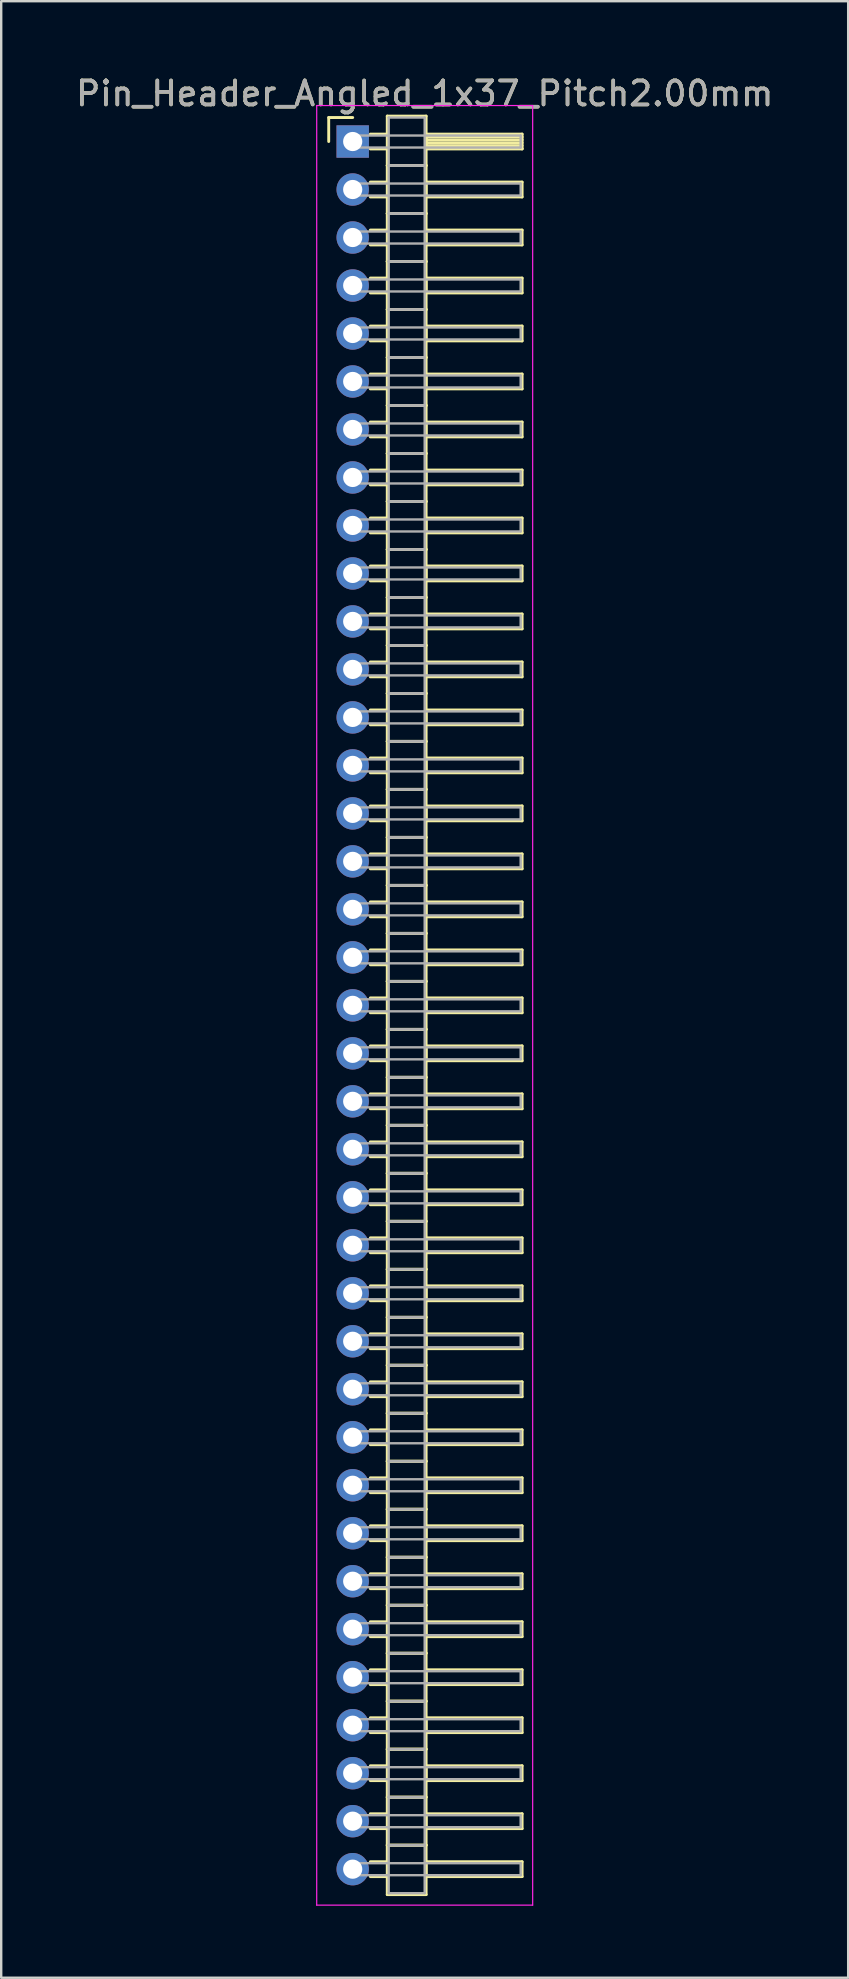
<source format=kicad_pcb>
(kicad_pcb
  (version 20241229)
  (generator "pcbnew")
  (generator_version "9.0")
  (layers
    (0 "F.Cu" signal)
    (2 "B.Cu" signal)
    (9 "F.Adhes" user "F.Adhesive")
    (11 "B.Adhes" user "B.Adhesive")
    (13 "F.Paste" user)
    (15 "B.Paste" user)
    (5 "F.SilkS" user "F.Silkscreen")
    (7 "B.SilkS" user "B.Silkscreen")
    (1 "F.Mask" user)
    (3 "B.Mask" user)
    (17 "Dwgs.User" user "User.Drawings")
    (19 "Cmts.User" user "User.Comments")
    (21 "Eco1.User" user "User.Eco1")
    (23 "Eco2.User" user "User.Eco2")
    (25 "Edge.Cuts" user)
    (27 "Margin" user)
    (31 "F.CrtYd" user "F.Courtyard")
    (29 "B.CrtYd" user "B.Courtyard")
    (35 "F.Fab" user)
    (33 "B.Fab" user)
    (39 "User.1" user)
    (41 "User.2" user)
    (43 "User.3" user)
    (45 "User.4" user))
  (footprint "Pin_Header_Angled_1x37_Pitch2.00mm"
    (layer "F.Cu")
    (at 11.649 2.848)
    (property "Reference" "Pin_Header_Angled_1x37_Pitch2.00mm" (at 3 -2 0) (layer "F.SilkS") (effects (font (size 1 1) (thickness 0.15))))
    (attr through_hole)
    (fp_line (start -1 -1) (end 0 -1) (stroke (width 0.12) (type solid)) (layer "F.SilkS"))
    (fp_line (start -1 0) (end -1 -1) (stroke (width 0.12) (type solid)) (layer "F.SilkS"))
    (fp_line (start 0.735 -0.31) (end 1.44 -0.31) (stroke (width 0.12) (type solid)) (layer "F.SilkS"))
    (fp_line (start 0.735 0.31) (end 1.44 0.31) (stroke (width 0.12) (type solid)) (layer "F.SilkS"))
    (fp_line (start 0.735 1.69) (end 1.44 1.69) (stroke (width 0.12) (type solid)) (layer "F.SilkS"))
    (fp_line (start 0.735 2.31) (end 1.44 2.31) (stroke (width 0.12) (type solid)) (layer "F.SilkS"))
    (fp_line (start 0.735 3.69) (end 1.44 3.69) (stroke (width 0.12) (type solid)) (layer "F.SilkS"))
    (fp_line (start 0.735 4.31) (end 1.44 4.31) (stroke (width 0.12) (type solid)) (layer "F.SilkS"))
    (fp_line (start 0.735 5.69) (end 1.44 5.69) (stroke (width 0.12) (type solid)) (layer "F.SilkS"))
    (fp_line (start 0.735 6.31) (end 1.44 6.31) (stroke (width 0.12) (type solid)) (layer "F.SilkS"))
    (fp_line (start 0.735 7.69) (end 1.44 7.69) (stroke (width 0.12) (type solid)) (layer "F.SilkS"))
    (fp_line (start 0.735 8.31) (end 1.44 8.31) (stroke (width 0.12) (type solid)) (layer "F.SilkS"))
    (fp_line (start 0.735 9.69) (end 1.44 9.69) (stroke (width 0.12) (type solid)) (layer "F.SilkS"))
    (fp_line (start 0.735 10.31) (end 1.44 10.31) (stroke (width 0.12) (type solid)) (layer "F.SilkS"))
    (fp_line (start 0.735 11.69) (end 1.44 11.69) (stroke (width 0.12) (type solid)) (layer "F.SilkS"))
    (fp_line (start 0.735 12.31) (end 1.44 12.31) (stroke (width 0.12) (type solid)) (layer "F.SilkS"))
    (fp_line (start 0.735 13.69) (end 1.44 13.69) (stroke (width 0.12) (type solid)) (layer "F.SilkS"))
    (fp_line (start 0.735 14.31) (end 1.44 14.31) (stroke (width 0.12) (type solid)) (layer "F.SilkS"))
    (fp_line (start 0.735 15.69) (end 1.44 15.69) (stroke (width 0.12) (type solid)) (layer "F.SilkS"))
    (fp_line (start 0.735 16.31) (end 1.44 16.31) (stroke (width 0.12) (type solid)) (layer "F.SilkS"))
    (fp_line (start 0.735 17.69) (end 1.44 17.69) (stroke (width 0.12) (type solid)) (layer "F.SilkS"))
    (fp_line (start 0.735 18.31) (end 1.44 18.31) (stroke (width 0.12) (type solid)) (layer "F.SilkS"))
    (fp_line (start 0.735 19.69) (end 1.44 19.69) (stroke (width 0.12) (type solid)) (layer "F.SilkS"))
    (fp_line (start 0.735 20.31) (end 1.44 20.31) (stroke (width 0.12) (type solid)) (layer "F.SilkS"))
    (fp_line (start 0.735 21.69) (end 1.44 21.69) (stroke (width 0.12) (type solid)) (layer "F.SilkS"))
    (fp_line (start 0.735 22.31) (end 1.44 22.31) (stroke (width 0.12) (type solid)) (layer "F.SilkS"))
    (fp_line (start 0.735 23.69) (end 1.44 23.69) (stroke (width 0.12) (type solid)) (layer "F.SilkS"))
    (fp_line (start 0.735 24.31) (end 1.44 24.31) (stroke (width 0.12) (type solid)) (layer "F.SilkS"))
    (fp_line (start 0.735 25.69) (end 1.44 25.69) (stroke (width 0.12) (type solid)) (layer "F.SilkS"))
    (fp_line (start 0.735 26.31) (end 1.44 26.31) (stroke (width 0.12) (type solid)) (layer "F.SilkS"))
    (fp_line (start 0.735 27.69) (end 1.44 27.69) (stroke (width 0.12) (type solid)) (layer "F.SilkS"))
    (fp_line (start 0.735 28.31) (end 1.44 28.31) (stroke (width 0.12) (type solid)) (layer "F.SilkS"))
    (fp_line (start 0.735 29.69) (end 1.44 29.69) (stroke (width 0.12) (type solid)) (layer "F.SilkS"))
    (fp_line (start 0.735 30.31) (end 1.44 30.31) (stroke (width 0.12) (type solid)) (layer "F.SilkS"))
    (fp_line (start 0.735 31.69) (end 1.44 31.69) (stroke (width 0.12) (type solid)) (layer "F.SilkS"))
    (fp_line (start 0.735 32.31) (end 1.44 32.31) (stroke (width 0.12) (type solid)) (layer "F.SilkS"))
    (fp_line (start 0.735 33.69) (end 1.44 33.69) (stroke (width 0.12) (type solid)) (layer "F.SilkS"))
    (fp_line (start 0.735 34.31) (end 1.44 34.31) (stroke (width 0.12) (type solid)) (layer "F.SilkS"))
    (fp_line (start 0.735 35.69) (end 1.44 35.69) (stroke (width 0.12) (type solid)) (layer "F.SilkS"))
    (fp_line (start 0.735 36.31) (end 1.44 36.31) (stroke (width 0.12) (type solid)) (layer "F.SilkS"))
    (fp_line (start 0.735 37.69) (end 1.44 37.69) (stroke (width 0.12) (type solid)) (layer "F.SilkS"))
    (fp_line (start 0.735 38.31) (end 1.44 38.31) (stroke (width 0.12) (type solid)) (layer "F.SilkS"))
    (fp_line (start 0.735 39.69) (end 1.44 39.69) (stroke (width 0.12) (type solid)) (layer "F.SilkS"))
    (fp_line (start 0.735 40.31) (end 1.44 40.31) (stroke (width 0.12) (type solid)) (layer "F.SilkS"))
    (fp_line (start 0.735 41.69) (end 1.44 41.69) (stroke (width 0.12) (type solid)) (layer "F.SilkS"))
    (fp_line (start 0.735 42.31) (end 1.44 42.31) (stroke (width 0.12) (type solid)) (layer "F.SilkS"))
    (fp_line (start 0.735 43.69) (end 1.44 43.69) (stroke (width 0.12) (type solid)) (layer "F.SilkS"))
    (fp_line (start 0.735 44.31) (end 1.44 44.31) (stroke (width 0.12) (type solid)) (layer "F.SilkS"))
    (fp_line (start 0.735 45.69) (end 1.44 45.69) (stroke (width 0.12) (type solid)) (layer "F.SilkS"))
    (fp_line (start 0.735 46.31) (end 1.44 46.31) (stroke (width 0.12) (type solid)) (layer "F.SilkS"))
    (fp_line (start 0.735 47.69) (end 1.44 47.69) (stroke (width 0.12) (type solid)) (layer "F.SilkS"))
    (fp_line (start 0.735 48.31) (end 1.44 48.31) (stroke (width 0.12) (type solid)) (layer "F.SilkS"))
    (fp_line (start 0.735 49.69) (end 1.44 49.69) (stroke (width 0.12) (type solid)) (layer "F.SilkS"))
    (fp_line (start 0.735 50.31) (end 1.44 50.31) (stroke (width 0.12) (type solid)) (layer "F.SilkS"))
    (fp_line (start 0.735 51.69) (end 1.44 51.69) (stroke (width 0.12) (type solid)) (layer "F.SilkS"))
    (fp_line (start 0.735 52.31) (end 1.44 52.31) (stroke (width 0.12) (type solid)) (layer "F.SilkS"))
    (fp_line (start 0.735 53.69) (end 1.44 53.69) (stroke (width 0.12) (type solid)) (layer "F.SilkS"))
    (fp_line (start 0.735 54.31) (end 1.44 54.31) (stroke (width 0.12) (type solid)) (layer "F.SilkS"))
    (fp_line (start 0.735 55.69) (end 1.44 55.69) (stroke (width 0.12) (type solid)) (layer "F.SilkS"))
    (fp_line (start 0.735 56.31) (end 1.44 56.31) (stroke (width 0.12) (type solid)) (layer "F.SilkS"))
    (fp_line (start 0.735 57.69) (end 1.44 57.69) (stroke (width 0.12) (type solid)) (layer "F.SilkS"))
    (fp_line (start 0.735 58.31) (end 1.44 58.31) (stroke (width 0.12) (type solid)) (layer "F.SilkS"))
    (fp_line (start 0.735 59.69) (end 1.44 59.69) (stroke (width 0.12) (type solid)) (layer "F.SilkS"))
    (fp_line (start 0.735 60.31) (end 1.44 60.31) (stroke (width 0.12) (type solid)) (layer "F.SilkS"))
    (fp_line (start 0.735 61.69) (end 1.44 61.69) (stroke (width 0.12) (type solid)) (layer "F.SilkS"))
    (fp_line (start 0.735 62.31) (end 1.44 62.31) (stroke (width 0.12) (type solid)) (layer "F.SilkS"))
    (fp_line (start 0.735 63.69) (end 1.44 63.69) (stroke (width 0.12) (type solid)) (layer "F.SilkS"))
    (fp_line (start 0.735 64.31) (end 1.44 64.31) (stroke (width 0.12) (type solid)) (layer "F.SilkS"))
    (fp_line (start 0.735 65.69) (end 1.44 65.69) (stroke (width 0.12) (type solid)) (layer "F.SilkS"))
    (fp_line (start 0.735 66.31) (end 1.44 66.31) (stroke (width 0.12) (type solid)) (layer "F.SilkS"))
    (fp_line (start 0.735 67.69) (end 1.44 67.69) (stroke (width 0.12) (type solid)) (layer "F.SilkS"))
    (fp_line (start 0.735 68.31) (end 1.44 68.31) (stroke (width 0.12) (type solid)) (layer "F.SilkS"))
    (fp_line (start 0.735 69.69) (end 1.44 69.69) (stroke (width 0.12) (type solid)) (layer "F.SilkS"))
    (fp_line (start 0.735 70.31) (end 1.44 70.31) (stroke (width 0.12) (type solid)) (layer "F.SilkS"))
    (fp_line (start 0.735 71.69) (end 1.44 71.69) (stroke (width 0.12) (type solid)) (layer "F.SilkS"))
    (fp_line (start 0.735 72.31) (end 1.44 72.31) (stroke (width 0.12) (type solid)) (layer "F.SilkS"))
    (fp_line (start 1.44 -1.06) (end 1.44 1) (stroke (width 0.12) (type solid)) (layer "F.SilkS"))
    (fp_line (start 1.44 1) (end 1.44 3) (stroke (width 0.12) (type solid)) (layer "F.SilkS"))
    (fp_line (start 1.44 1) (end 3.06 1) (stroke (width 0.12) (type solid)) (layer "F.SilkS"))
    (fp_line (start 1.44 3) (end 1.44 5) (stroke (width 0.12) (type solid)) (layer "F.SilkS"))
    (fp_line (start 1.44 3) (end 3.06 3) (stroke (width 0.12) (type solid)) (layer "F.SilkS"))
    (fp_line (start 1.44 5) (end 1.44 7) (stroke (width 0.12) (type solid)) (layer "F.SilkS"))
    (fp_line (start 1.44 5) (end 3.06 5) (stroke (width 0.12) (type solid)) (layer "F.SilkS"))
    (fp_line (start 1.44 7) (end 1.44 9) (stroke (width 0.12) (type solid)) (layer "F.SilkS"))
    (fp_line (start 1.44 7) (end 3.06 7) (stroke (width 0.12) (type solid)) (layer "F.SilkS"))
    (fp_line (start 1.44 9) (end 1.44 11) (stroke (width 0.12) (type solid)) (layer "F.SilkS"))
    (fp_line (start 1.44 9) (end 3.06 9) (stroke (width 0.12) (type solid)) (layer "F.SilkS"))
    (fp_line (start 1.44 11) (end 1.44 13) (stroke (width 0.12) (type solid)) (layer "F.SilkS"))
    (fp_line (start 1.44 11) (end 3.06 11) (stroke (width 0.12) (type solid)) (layer "F.SilkS"))
    (fp_line (start 1.44 13) (end 1.44 15) (stroke (width 0.12) (type solid)) (layer "F.SilkS"))
    (fp_line (start 1.44 13) (end 3.06 13) (stroke (width 0.12) (type solid)) (layer "F.SilkS"))
    (fp_line (start 1.44 15) (end 1.44 17) (stroke (width 0.12) (type solid)) (layer "F.SilkS"))
    (fp_line (start 1.44 15) (end 3.06 15) (stroke (width 0.12) (type solid)) (layer "F.SilkS"))
    (fp_line (start 1.44 17) (end 1.44 19) (stroke (width 0.12) (type solid)) (layer "F.SilkS"))
    (fp_line (start 1.44 17) (end 3.06 17) (stroke (width 0.12) (type solid)) (layer "F.SilkS"))
    (fp_line (start 1.44 19) (end 1.44 21) (stroke (width 0.12) (type solid)) (layer "F.SilkS"))
    (fp_line (start 1.44 19) (end 3.06 19) (stroke (width 0.12) (type solid)) (layer "F.SilkS"))
    (fp_line (start 1.44 21) (end 1.44 23) (stroke (width 0.12) (type solid)) (layer "F.SilkS"))
    (fp_line (start 1.44 21) (end 3.06 21) (stroke (width 0.12) (type solid)) (layer "F.SilkS"))
    (fp_line (start 1.44 23) (end 1.44 25) (stroke (width 0.12) (type solid)) (layer "F.SilkS"))
    (fp_line (start 1.44 23) (end 3.06 23) (stroke (width 0.12) (type solid)) (layer "F.SilkS"))
    (fp_line (start 1.44 25) (end 1.44 27) (stroke (width 0.12) (type solid)) (layer "F.SilkS"))
    (fp_line (start 1.44 25) (end 3.06 25) (stroke (width 0.12) (type solid)) (layer "F.SilkS"))
    (fp_line (start 1.44 27) (end 1.44 29) (stroke (width 0.12) (type solid)) (layer "F.SilkS"))
    (fp_line (start 1.44 27) (end 3.06 27) (stroke (width 0.12) (type solid)) (layer "F.SilkS"))
    (fp_line (start 1.44 29) (end 1.44 31) (stroke (width 0.12) (type solid)) (layer "F.SilkS"))
    (fp_line (start 1.44 29) (end 3.06 29) (stroke (width 0.12) (type solid)) (layer "F.SilkS"))
    (fp_line (start 1.44 31) (end 1.44 33) (stroke (width 0.12) (type solid)) (layer "F.SilkS"))
    (fp_line (start 1.44 31) (end 3.06 31) (stroke (width 0.12) (type solid)) (layer "F.SilkS"))
    (fp_line (start 1.44 33) (end 1.44 35) (stroke (width 0.12) (type solid)) (layer "F.SilkS"))
    (fp_line (start 1.44 33) (end 3.06 33) (stroke (width 0.12) (type solid)) (layer "F.SilkS"))
    (fp_line (start 1.44 35) (end 1.44 37) (stroke (width 0.12) (type solid)) (layer "F.SilkS"))
    (fp_line (start 1.44 35) (end 3.06 35) (stroke (width 0.12) (type solid)) (layer "F.SilkS"))
    (fp_line (start 1.44 37) (end 1.44 39) (stroke (width 0.12) (type solid)) (layer "F.SilkS"))
    (fp_line (start 1.44 37) (end 3.06 37) (stroke (width 0.12) (type solid)) (layer "F.SilkS"))
    (fp_line (start 1.44 39) (end 1.44 41) (stroke (width 0.12) (type solid)) (layer "F.SilkS"))
    (fp_line (start 1.44 39) (end 3.06 39) (stroke (width 0.12) (type solid)) (layer "F.SilkS"))
    (fp_line (start 1.44 41) (end 1.44 43) (stroke (width 0.12) (type solid)) (layer "F.SilkS"))
    (fp_line (start 1.44 41) (end 3.06 41) (stroke (width 0.12) (type solid)) (layer "F.SilkS"))
    (fp_line (start 1.44 43) (end 1.44 45) (stroke (width 0.12) (type solid)) (layer "F.SilkS"))
    (fp_line (start 1.44 43) (end 3.06 43) (stroke (width 0.12) (type solid)) (layer "F.SilkS"))
    (fp_line (start 1.44 45) (end 1.44 47) (stroke (width 0.12) (type solid)) (layer "F.SilkS"))
    (fp_line (start 1.44 45) (end 3.06 45) (stroke (width 0.12) (type solid)) (layer "F.SilkS"))
    (fp_line (start 1.44 47) (end 1.44 49) (stroke (width 0.12) (type solid)) (layer "F.SilkS"))
    (fp_line (start 1.44 47) (end 3.06 47) (stroke (width 0.12) (type solid)) (layer "F.SilkS"))
    (fp_line (start 1.44 49) (end 1.44 51) (stroke (width 0.12) (type solid)) (layer "F.SilkS"))
    (fp_line (start 1.44 49) (end 3.06 49) (stroke (width 0.12) (type solid)) (layer "F.SilkS"))
    (fp_line (start 1.44 51) (end 1.44 53) (stroke (width 0.12) (type solid)) (layer "F.SilkS"))
    (fp_line (start 1.44 51) (end 3.06 51) (stroke (width 0.12) (type solid)) (layer "F.SilkS"))
    (fp_line (start 1.44 53) (end 1.44 55) (stroke (width 0.12) (type solid)) (layer "F.SilkS"))
    (fp_line (start 1.44 53) (end 3.06 53) (stroke (width 0.12) (type solid)) (layer "F.SilkS"))
    (fp_line (start 1.44 55) (end 1.44 57) (stroke (width 0.12) (type solid)) (layer "F.SilkS"))
    (fp_line (start 1.44 55) (end 3.06 55) (stroke (width 0.12) (type solid)) (layer "F.SilkS"))
    (fp_line (start 1.44 57) (end 1.44 59) (stroke (width 0.12) (type solid)) (layer "F.SilkS"))
    (fp_line (start 1.44 57) (end 3.06 57) (stroke (width 0.12) (type solid)) (layer "F.SilkS"))
    (fp_line (start 1.44 59) (end 1.44 61) (stroke (width 0.12) (type solid)) (layer "F.SilkS"))
    (fp_line (start 1.44 59) (end 3.06 59) (stroke (width 0.12) (type solid)) (layer "F.SilkS"))
    (fp_line (start 1.44 61) (end 1.44 63) (stroke (width 0.12) (type solid)) (layer "F.SilkS"))
    (fp_line (start 1.44 61) (end 3.06 61) (stroke (width 0.12) (type solid)) (layer "F.SilkS"))
    (fp_line (start 1.44 63) (end 1.44 65) (stroke (width 0.12) (type solid)) (layer "F.SilkS"))
    (fp_line (start 1.44 63) (end 3.06 63) (stroke (width 0.12) (type solid)) (layer "F.SilkS"))
    (fp_line (start 1.44 65) (end 1.44 67) (stroke (width 0.12) (type solid)) (layer "F.SilkS"))
    (fp_line (start 1.44 65) (end 3.06 65) (stroke (width 0.12) (type solid)) (layer "F.SilkS"))
    (fp_line (start 1.44 67) (end 1.44 69) (stroke (width 0.12) (type solid)) (layer "F.SilkS"))
    (fp_line (start 1.44 67) (end 3.06 67) (stroke (width 0.12) (type solid)) (layer "F.SilkS"))
    (fp_line (start 1.44 69) (end 1.44 71) (stroke (width 0.12) (type solid)) (layer "F.SilkS"))
    (fp_line (start 1.44 69) (end 3.06 69) (stroke (width 0.12) (type solid)) (layer "F.SilkS"))
    (fp_line (start 1.44 71) (end 1.44 73.06) (stroke (width 0.12) (type solid)) (layer "F.SilkS"))
    (fp_line (start 1.44 71) (end 3.06 71) (stroke (width 0.12) (type solid)) (layer "F.SilkS"))
    (fp_line (start 1.44 73.06) (end 3.06 73.06) (stroke (width 0.12) (type solid)) (layer "F.SilkS"))
    (fp_line (start 3.06 -1.06) (end 1.44 -1.06) (stroke (width 0.12) (type solid)) (layer "F.SilkS"))
    (fp_line (start 3.06 -0.31) (end 3.06 0.31) (stroke (width 0.12) (type solid)) (layer "F.SilkS"))
    (fp_line (start 3.06 -0.19) (end 7.06 -0.19) (stroke (width 0.12) (type solid)) (layer "F.SilkS"))
    (fp_line (start 3.06 -0.07) (end 7.06 -0.07) (stroke (width 0.12) (type solid)) (layer "F.SilkS"))
    (fp_line (start 3.06 0.05) (end 7.06 0.05) (stroke (width 0.12) (type solid)) (layer "F.SilkS"))
    (fp_line (start 3.06 0.17) (end 7.06 0.17) (stroke (width 0.12) (type solid)) (layer "F.SilkS"))
    (fp_line (start 3.06 0.29) (end 7.06 0.29) (stroke (width 0.12) (type solid)) (layer "F.SilkS"))
    (fp_line (start 3.06 0.31) (end 7.06 0.31) (stroke (width 0.12) (type solid)) (layer "F.SilkS"))
    (fp_line (start 3.06 1) (end 1.44 1) (stroke (width 0.12) (type solid)) (layer "F.SilkS"))
    (fp_line (start 3.06 1) (end 3.06 -1.06) (stroke (width 0.12) (type solid)) (layer "F.SilkS"))
    (fp_line (start 3.06 1.69) (end 3.06 2.31) (stroke (width 0.12) (type solid)) (layer "F.SilkS"))
    (fp_line (start 3.06 2.31) (end 7.06 2.31) (stroke (width 0.12) (type solid)) (layer "F.SilkS"))
    (fp_line (start 3.06 3) (end 1.44 3) (stroke (width 0.12) (type solid)) (layer "F.SilkS"))
    (fp_line (start 3.06 3) (end 3.06 1) (stroke (width 0.12) (type solid)) (layer "F.SilkS"))
    (fp_line (start 3.06 3.69) (end 3.06 4.31) (stroke (width 0.12) (type solid)) (layer "F.SilkS"))
    (fp_line (start 3.06 4.31) (end 7.06 4.31) (stroke (width 0.12) (type solid)) (layer "F.SilkS"))
    (fp_line (start 3.06 5) (end 1.44 5) (stroke (width 0.12) (type solid)) (layer "F.SilkS"))
    (fp_line (start 3.06 5) (end 3.06 3) (stroke (width 0.12) (type solid)) (layer "F.SilkS"))
    (fp_line (start 3.06 5.69) (end 3.06 6.31) (stroke (width 0.12) (type solid)) (layer "F.SilkS"))
    (fp_line (start 3.06 6.31) (end 7.06 6.31) (stroke (width 0.12) (type solid)) (layer "F.SilkS"))
    (fp_line (start 3.06 7) (end 1.44 7) (stroke (width 0.12) (type solid)) (layer "F.SilkS"))
    (fp_line (start 3.06 7) (end 3.06 5) (stroke (width 0.12) (type solid)) (layer "F.SilkS"))
    (fp_line (start 3.06 7.69) (end 3.06 8.31) (stroke (width 0.12) (type solid)) (layer "F.SilkS"))
    (fp_line (start 3.06 8.31) (end 7.06 8.31) (stroke (width 0.12) (type solid)) (layer "F.SilkS"))
    (fp_line (start 3.06 9) (end 1.44 9) (stroke (width 0.12) (type solid)) (layer "F.SilkS"))
    (fp_line (start 3.06 9) (end 3.06 7) (stroke (width 0.12) (type solid)) (layer "F.SilkS"))
    (fp_line (start 3.06 9.69) (end 3.06 10.31) (stroke (width 0.12) (type solid)) (layer "F.SilkS"))
    (fp_line (start 3.06 10.31) (end 7.06 10.31) (stroke (width 0.12) (type solid)) (layer "F.SilkS"))
    (fp_line (start 3.06 11) (end 1.44 11) (stroke (width 0.12) (type solid)) (layer "F.SilkS"))
    (fp_line (start 3.06 11) (end 3.06 9) (stroke (width 0.12) (type solid)) (layer "F.SilkS"))
    (fp_line (start 3.06 11.69) (end 3.06 12.31) (stroke (width 0.12) (type solid)) (layer "F.SilkS"))
    (fp_line (start 3.06 12.31) (end 7.06 12.31) (stroke (width 0.12) (type solid)) (layer "F.SilkS"))
    (fp_line (start 3.06 13) (end 1.44 13) (stroke (width 0.12) (type solid)) (layer "F.SilkS"))
    (fp_line (start 3.06 13) (end 3.06 11) (stroke (width 0.12) (type solid)) (layer "F.SilkS"))
    (fp_line (start 3.06 13.69) (end 3.06 14.31) (stroke (width 0.12) (type solid)) (layer "F.SilkS"))
    (fp_line (start 3.06 14.31) (end 7.06 14.31) (stroke (width 0.12) (type solid)) (layer "F.SilkS"))
    (fp_line (start 3.06 15) (end 1.44 15) (stroke (width 0.12) (type solid)) (layer "F.SilkS"))
    (fp_line (start 3.06 15) (end 3.06 13) (stroke (width 0.12) (type solid)) (layer "F.SilkS"))
    (fp_line (start 3.06 15.69) (end 3.06 16.31) (stroke (width 0.12) (type solid)) (layer "F.SilkS"))
    (fp_line (start 3.06 16.31) (end 7.06 16.31) (stroke (width 0.12) (type solid)) (layer "F.SilkS"))
    (fp_line (start 3.06 17) (end 1.44 17) (stroke (width 0.12) (type solid)) (layer "F.SilkS"))
    (fp_line (start 3.06 17) (end 3.06 15) (stroke (width 0.12) (type solid)) (layer "F.SilkS"))
    (fp_line (start 3.06 17.69) (end 3.06 18.31) (stroke (width 0.12) (type solid)) (layer "F.SilkS"))
    (fp_line (start 3.06 18.31) (end 7.06 18.31) (stroke (width 0.12) (type solid)) (layer "F.SilkS"))
    (fp_line (start 3.06 19) (end 1.44 19) (stroke (width 0.12) (type solid)) (layer "F.SilkS"))
    (fp_line (start 3.06 19) (end 3.06 17) (stroke (width 0.12) (type solid)) (layer "F.SilkS"))
    (fp_line (start 3.06 19.69) (end 3.06 20.31) (stroke (width 0.12) (type solid)) (layer "F.SilkS"))
    (fp_line (start 3.06 20.31) (end 7.06 20.31) (stroke (width 0.12) (type solid)) (layer "F.SilkS"))
    (fp_line (start 3.06 21) (end 1.44 21) (stroke (width 0.12) (type solid)) (layer "F.SilkS"))
    (fp_line (start 3.06 21) (end 3.06 19) (stroke (width 0.12) (type solid)) (layer "F.SilkS"))
    (fp_line (start 3.06 21.69) (end 3.06 22.31) (stroke (width 0.12) (type solid)) (layer "F.SilkS"))
    (fp_line (start 3.06 22.31) (end 7.06 22.31) (stroke (width 0.12) (type solid)) (layer "F.SilkS"))
    (fp_line (start 3.06 23) (end 1.44 23) (stroke (width 0.12) (type solid)) (layer "F.SilkS"))
    (fp_line (start 3.06 23) (end 3.06 21) (stroke (width 0.12) (type solid)) (layer "F.SilkS"))
    (fp_line (start 3.06 23.69) (end 3.06 24.31) (stroke (width 0.12) (type solid)) (layer "F.SilkS"))
    (fp_line (start 3.06 24.31) (end 7.06 24.31) (stroke (width 0.12) (type solid)) (layer "F.SilkS"))
    (fp_line (start 3.06 25) (end 1.44 25) (stroke (width 0.12) (type solid)) (layer "F.SilkS"))
    (fp_line (start 3.06 25) (end 3.06 23) (stroke (width 0.12) (type solid)) (layer "F.SilkS"))
    (fp_line (start 3.06 25.69) (end 3.06 26.31) (stroke (width 0.12) (type solid)) (layer "F.SilkS"))
    (fp_line (start 3.06 26.31) (end 7.06 26.31) (stroke (width 0.12) (type solid)) (layer "F.SilkS"))
    (fp_line (start 3.06 27) (end 1.44 27) (stroke (width 0.12) (type solid)) (layer "F.SilkS"))
    (fp_line (start 3.06 27) (end 3.06 25) (stroke (width 0.12) (type solid)) (layer "F.SilkS"))
    (fp_line (start 3.06 27.69) (end 3.06 28.31) (stroke (width 0.12) (type solid)) (layer "F.SilkS"))
    (fp_line (start 3.06 28.31) (end 7.06 28.31) (stroke (width 0.12) (type solid)) (layer "F.SilkS"))
    (fp_line (start 3.06 29) (end 1.44 29) (stroke (width 0.12) (type solid)) (layer "F.SilkS"))
    (fp_line (start 3.06 29) (end 3.06 27) (stroke (width 0.12) (type solid)) (layer "F.SilkS"))
    (fp_line (start 3.06 29.69) (end 3.06 30.31) (stroke (width 0.12) (type solid)) (layer "F.SilkS"))
    (fp_line (start 3.06 30.31) (end 7.06 30.31) (stroke (width 0.12) (type solid)) (layer "F.SilkS"))
    (fp_line (start 3.06 31) (end 1.44 31) (stroke (width 0.12) (type solid)) (layer "F.SilkS"))
    (fp_line (start 3.06 31) (end 3.06 29) (stroke (width 0.12) (type solid)) (layer "F.SilkS"))
    (fp_line (start 3.06 31.69) (end 3.06 32.31) (stroke (width 0.12) (type solid)) (layer "F.SilkS"))
    (fp_line (start 3.06 32.31) (end 7.06 32.31) (stroke (width 0.12) (type solid)) (layer "F.SilkS"))
    (fp_line (start 3.06 33) (end 1.44 33) (stroke (width 0.12) (type solid)) (layer "F.SilkS"))
    (fp_line (start 3.06 33) (end 3.06 31) (stroke (width 0.12) (type solid)) (layer "F.SilkS"))
    (fp_line (start 3.06 33.69) (end 3.06 34.31) (stroke (width 0.12) (type solid)) (layer "F.SilkS"))
    (fp_line (start 3.06 34.31) (end 7.06 34.31) (stroke (width 0.12) (type solid)) (layer "F.SilkS"))
    (fp_line (start 3.06 35) (end 1.44 35) (stroke (width 0.12) (type solid)) (layer "F.SilkS"))
    (fp_line (start 3.06 35) (end 3.06 33) (stroke (width 0.12) (type solid)) (layer "F.SilkS"))
    (fp_line (start 3.06 35.69) (end 3.06 36.31) (stroke (width 0.12) (type solid)) (layer "F.SilkS"))
    (fp_line (start 3.06 36.31) (end 7.06 36.31) (stroke (width 0.12) (type solid)) (layer "F.SilkS"))
    (fp_line (start 3.06 37) (end 1.44 37) (stroke (width 0.12) (type solid)) (layer "F.SilkS"))
    (fp_line (start 3.06 37) (end 3.06 35) (stroke (width 0.12) (type solid)) (layer "F.SilkS"))
    (fp_line (start 3.06 37.69) (end 3.06 38.31) (stroke (width 0.12) (type solid)) (layer "F.SilkS"))
    (fp_line (start 3.06 38.31) (end 7.06 38.31) (stroke (width 0.12) (type solid)) (layer "F.SilkS"))
    (fp_line (start 3.06 39) (end 1.44 39) (stroke (width 0.12) (type solid)) (layer "F.SilkS"))
    (fp_line (start 3.06 39) (end 3.06 37) (stroke (width 0.12) (type solid)) (layer "F.SilkS"))
    (fp_line (start 3.06 39.69) (end 3.06 40.31) (stroke (width 0.12) (type solid)) (layer "F.SilkS"))
    (fp_line (start 3.06 40.31) (end 7.06 40.31) (stroke (width 0.12) (type solid)) (layer "F.SilkS"))
    (fp_line (start 3.06 41) (end 1.44 41) (stroke (width 0.12) (type solid)) (layer "F.SilkS"))
    (fp_line (start 3.06 41) (end 3.06 39) (stroke (width 0.12) (type solid)) (layer "F.SilkS"))
    (fp_line (start 3.06 41.69) (end 3.06 42.31) (stroke (width 0.12) (type solid)) (layer "F.SilkS"))
    (fp_line (start 3.06 42.31) (end 7.06 42.31) (stroke (width 0.12) (type solid)) (layer "F.SilkS"))
    (fp_line (start 3.06 43) (end 1.44 43) (stroke (width 0.12) (type solid)) (layer "F.SilkS"))
    (fp_line (start 3.06 43) (end 3.06 41) (stroke (width 0.12) (type solid)) (layer "F.SilkS"))
    (fp_line (start 3.06 43.69) (end 3.06 44.31) (stroke (width 0.12) (type solid)) (layer "F.SilkS"))
    (fp_line (start 3.06 44.31) (end 7.06 44.31) (stroke (width 0.12) (type solid)) (layer "F.SilkS"))
    (fp_line (start 3.06 45) (end 1.44 45) (stroke (width 0.12) (type solid)) (layer "F.SilkS"))
    (fp_line (start 3.06 45) (end 3.06 43) (stroke (width 0.12) (type solid)) (layer "F.SilkS"))
    (fp_line (start 3.06 45.69) (end 3.06 46.31) (stroke (width 0.12) (type solid)) (layer "F.SilkS"))
    (fp_line (start 3.06 46.31) (end 7.06 46.31) (stroke (width 0.12) (type solid)) (layer "F.SilkS"))
    (fp_line (start 3.06 47) (end 1.44 47) (stroke (width 0.12) (type solid)) (layer "F.SilkS"))
    (fp_line (start 3.06 47) (end 3.06 45) (stroke (width 0.12) (type solid)) (layer "F.SilkS"))
    (fp_line (start 3.06 47.69) (end 3.06 48.31) (stroke (width 0.12) (type solid)) (layer "F.SilkS"))
    (fp_line (start 3.06 48.31) (end 7.06 48.31) (stroke (width 0.12) (type solid)) (layer "F.SilkS"))
    (fp_line (start 3.06 49) (end 1.44 49) (stroke (width 0.12) (type solid)) (layer "F.SilkS"))
    (fp_line (start 3.06 49) (end 3.06 47) (stroke (width 0.12) (type solid)) (layer "F.SilkS"))
    (fp_line (start 3.06 49.69) (end 3.06 50.31) (stroke (width 0.12) (type solid)) (layer "F.SilkS"))
    (fp_line (start 3.06 50.31) (end 7.06 50.31) (stroke (width 0.12) (type solid)) (layer "F.SilkS"))
    (fp_line (start 3.06 51) (end 1.44 51) (stroke (width 0.12) (type solid)) (layer "F.SilkS"))
    (fp_line (start 3.06 51) (end 3.06 49) (stroke (width 0.12) (type solid)) (layer "F.SilkS"))
    (fp_line (start 3.06 51.69) (end 3.06 52.31) (stroke (width 0.12) (type solid)) (layer "F.SilkS"))
    (fp_line (start 3.06 52.31) (end 7.06 52.31) (stroke (width 0.12) (type solid)) (layer "F.SilkS"))
    (fp_line (start 3.06 53) (end 1.44 53) (stroke (width 0.12) (type solid)) (layer "F.SilkS"))
    (fp_line (start 3.06 53) (end 3.06 51) (stroke (width 0.12) (type solid)) (layer "F.SilkS"))
    (fp_line (start 3.06 53.69) (end 3.06 54.31) (stroke (width 0.12) (type solid)) (layer "F.SilkS"))
    (fp_line (start 3.06 54.31) (end 7.06 54.31) (stroke (width 0.12) (type solid)) (layer "F.SilkS"))
    (fp_line (start 3.06 55) (end 1.44 55) (stroke (width 0.12) (type solid)) (layer "F.SilkS"))
    (fp_line (start 3.06 55) (end 3.06 53) (stroke (width 0.12) (type solid)) (layer "F.SilkS"))
    (fp_line (start 3.06 55.69) (end 3.06 56.31) (stroke (width 0.12) (type solid)) (layer "F.SilkS"))
    (fp_line (start 3.06 56.31) (end 7.06 56.31) (stroke (width 0.12) (type solid)) (layer "F.SilkS"))
    (fp_line (start 3.06 57) (end 1.44 57) (stroke (width 0.12) (type solid)) (layer "F.SilkS"))
    (fp_line (start 3.06 57) (end 3.06 55) (stroke (width 0.12) (type solid)) (layer "F.SilkS"))
    (fp_line (start 3.06 57.69) (end 3.06 58.31) (stroke (width 0.12) (type solid)) (layer "F.SilkS"))
    (fp_line (start 3.06 58.31) (end 7.06 58.31) (stroke (width 0.12) (type solid)) (layer "F.SilkS"))
    (fp_line (start 3.06 59) (end 1.44 59) (stroke (width 0.12) (type solid)) (layer "F.SilkS"))
    (fp_line (start 3.06 59) (end 3.06 57) (stroke (width 0.12) (type solid)) (layer "F.SilkS"))
    (fp_line (start 3.06 59.69) (end 3.06 60.31) (stroke (width 0.12) (type solid)) (layer "F.SilkS"))
    (fp_line (start 3.06 60.31) (end 7.06 60.31) (stroke (width 0.12) (type solid)) (layer "F.SilkS"))
    (fp_line (start 3.06 61) (end 1.44 61) (stroke (width 0.12) (type solid)) (layer "F.SilkS"))
    (fp_line (start 3.06 61) (end 3.06 59) (stroke (width 0.12) (type solid)) (layer "F.SilkS"))
    (fp_line (start 3.06 61.69) (end 3.06 62.31) (stroke (width 0.12) (type solid)) (layer "F.SilkS"))
    (fp_line (start 3.06 62.31) (end 7.06 62.31) (stroke (width 0.12) (type solid)) (layer "F.SilkS"))
    (fp_line (start 3.06 63) (end 1.44 63) (stroke (width 0.12) (type solid)) (layer "F.SilkS"))
    (fp_line (start 3.06 63) (end 3.06 61) (stroke (width 0.12) (type solid)) (layer "F.SilkS"))
    (fp_line (start 3.06 63.69) (end 3.06 64.31) (stroke (width 0.12) (type solid)) (layer "F.SilkS"))
    (fp_line (start 3.06 64.31) (end 7.06 64.31) (stroke (width 0.12) (type solid)) (layer "F.SilkS"))
    (fp_line (start 3.06 65) (end 1.44 65) (stroke (width 0.12) (type solid)) (layer "F.SilkS"))
    (fp_line (start 3.06 65) (end 3.06 63) (stroke (width 0.12) (type solid)) (layer "F.SilkS"))
    (fp_line (start 3.06 65.69) (end 3.06 66.31) (stroke (width 0.12) (type solid)) (layer "F.SilkS"))
    (fp_line (start 3.06 66.31) (end 7.06 66.31) (stroke (width 0.12) (type solid)) (layer "F.SilkS"))
    (fp_line (start 3.06 67) (end 1.44 67) (stroke (width 0.12) (type solid)) (layer "F.SilkS"))
    (fp_line (start 3.06 67) (end 3.06 65) (stroke (width 0.12) (type solid)) (layer "F.SilkS"))
    (fp_line (start 3.06 67.69) (end 3.06 68.31) (stroke (width 0.12) (type solid)) (layer "F.SilkS"))
    (fp_line (start 3.06 68.31) (end 7.06 68.31) (stroke (width 0.12) (type solid)) (layer "F.SilkS"))
    (fp_line (start 3.06 69) (end 1.44 69) (stroke (width 0.12) (type solid)) (layer "F.SilkS"))
    (fp_line (start 3.06 69) (end 3.06 67) (stroke (width 0.12) (type solid)) (layer "F.SilkS"))
    (fp_line (start 3.06 69.69) (end 3.06 70.31) (stroke (width 0.12) (type solid)) (layer "F.SilkS"))
    (fp_line (start 3.06 70.31) (end 7.06 70.31) (stroke (width 0.12) (type solid)) (layer "F.SilkS"))
    (fp_line (start 3.06 71) (end 1.44 71) (stroke (width 0.12) (type solid)) (layer "F.SilkS"))
    (fp_line (start 3.06 71) (end 3.06 69) (stroke (width 0.12) (type solid)) (layer "F.SilkS"))
    (fp_line (start 3.06 71.69) (end 3.06 72.31) (stroke (width 0.12) (type solid)) (layer "F.SilkS"))
    (fp_line (start 3.06 72.31) (end 7.06 72.31) (stroke (width 0.12) (type solid)) (layer "F.SilkS"))
    (fp_line (start 3.06 73.06) (end 3.06 71) (stroke (width 0.12) (type solid)) (layer "F.SilkS"))
    (fp_line (start 7.06 -0.31) (end 3.06 -0.31) (stroke (width 0.12) (type solid)) (layer "F.SilkS"))
    (fp_line (start 7.06 0.31) (end 7.06 -0.31) (stroke (width 0.12) (type solid)) (layer "F.SilkS"))
    (fp_line (start 7.06 1.69) (end 3.06 1.69) (stroke (width 0.12) (type solid)) (layer "F.SilkS"))
    (fp_line (start 7.06 2.31) (end 7.06 1.69) (stroke (width 0.12) (type solid)) (layer "F.SilkS"))
    (fp_line (start 7.06 3.69) (end 3.06 3.69) (stroke (width 0.12) (type solid)) (layer "F.SilkS"))
    (fp_line (start 7.06 4.31) (end 7.06 3.69) (stroke (width 0.12) (type solid)) (layer "F.SilkS"))
    (fp_line (start 7.06 5.69) (end 3.06 5.69) (stroke (width 0.12) (type solid)) (layer "F.SilkS"))
    (fp_line (start 7.06 6.31) (end 7.06 5.69) (stroke (width 0.12) (type solid)) (layer "F.SilkS"))
    (fp_line (start 7.06 7.69) (end 3.06 7.69) (stroke (width 0.12) (type solid)) (layer "F.SilkS"))
    (fp_line (start 7.06 8.31) (end 7.06 7.69) (stroke (width 0.12) (type solid)) (layer "F.SilkS"))
    (fp_line (start 7.06 9.69) (end 3.06 9.69) (stroke (width 0.12) (type solid)) (layer "F.SilkS"))
    (fp_line (start 7.06 10.31) (end 7.06 9.69) (stroke (width 0.12) (type solid)) (layer "F.SilkS"))
    (fp_line (start 7.06 11.69) (end 3.06 11.69) (stroke (width 0.12) (type solid)) (layer "F.SilkS"))
    (fp_line (start 7.06 12.31) (end 7.06 11.69) (stroke (width 0.12) (type solid)) (layer "F.SilkS"))
    (fp_line (start 7.06 13.69) (end 3.06 13.69) (stroke (width 0.12) (type solid)) (layer "F.SilkS"))
    (fp_line (start 7.06 14.31) (end 7.06 13.69) (stroke (width 0.12) (type solid)) (layer "F.SilkS"))
    (fp_line (start 7.06 15.69) (end 3.06 15.69) (stroke (width 0.12) (type solid)) (layer "F.SilkS"))
    (fp_line (start 7.06 16.31) (end 7.06 15.69) (stroke (width 0.12) (type solid)) (layer "F.SilkS"))
    (fp_line (start 7.06 17.69) (end 3.06 17.69) (stroke (width 0.12) (type solid)) (layer "F.SilkS"))
    (fp_line (start 7.06 18.31) (end 7.06 17.69) (stroke (width 0.12) (type solid)) (layer "F.SilkS"))
    (fp_line (start 7.06 19.69) (end 3.06 19.69) (stroke (width 0.12) (type solid)) (layer "F.SilkS"))
    (fp_line (start 7.06 20.31) (end 7.06 19.69) (stroke (width 0.12) (type solid)) (layer "F.SilkS"))
    (fp_line (start 7.06 21.69) (end 3.06 21.69) (stroke (width 0.12) (type solid)) (layer "F.SilkS"))
    (fp_line (start 7.06 22.31) (end 7.06 21.69) (stroke (width 0.12) (type solid)) (layer "F.SilkS"))
    (fp_line (start 7.06 23.69) (end 3.06 23.69) (stroke (width 0.12) (type solid)) (layer "F.SilkS"))
    (fp_line (start 7.06 24.31) (end 7.06 23.69) (stroke (width 0.12) (type solid)) (layer "F.SilkS"))
    (fp_line (start 7.06 25.69) (end 3.06 25.69) (stroke (width 0.12) (type solid)) (layer "F.SilkS"))
    (fp_line (start 7.06 26.31) (end 7.06 25.69) (stroke (width 0.12) (type solid)) (layer "F.SilkS"))
    (fp_line (start 7.06 27.69) (end 3.06 27.69) (stroke (width 0.12) (type solid)) (layer "F.SilkS"))
    (fp_line (start 7.06 28.31) (end 7.06 27.69) (stroke (width 0.12) (type solid)) (layer "F.SilkS"))
    (fp_line (start 7.06 29.69) (end 3.06 29.69) (stroke (width 0.12) (type solid)) (layer "F.SilkS"))
    (fp_line (start 7.06 30.31) (end 7.06 29.69) (stroke (width 0.12) (type solid)) (layer "F.SilkS"))
    (fp_line (start 7.06 31.69) (end 3.06 31.69) (stroke (width 0.12) (type solid)) (layer "F.SilkS"))
    (fp_line (start 7.06 32.31) (end 7.06 31.69) (stroke (width 0.12) (type solid)) (layer "F.SilkS"))
    (fp_line (start 7.06 33.69) (end 3.06 33.69) (stroke (width 0.12) (type solid)) (layer "F.SilkS"))
    (fp_line (start 7.06 34.31) (end 7.06 33.69) (stroke (width 0.12) (type solid)) (layer "F.SilkS"))
    (fp_line (start 7.06 35.69) (end 3.06 35.69) (stroke (width 0.12) (type solid)) (layer "F.SilkS"))
    (fp_line (start 7.06 36.31) (end 7.06 35.69) (stroke (width 0.12) (type solid)) (layer "F.SilkS"))
    (fp_line (start 7.06 37.69) (end 3.06 37.69) (stroke (width 0.12) (type solid)) (layer "F.SilkS"))
    (fp_line (start 7.06 38.31) (end 7.06 37.69) (stroke (width 0.12) (type solid)) (layer "F.SilkS"))
    (fp_line (start 7.06 39.69) (end 3.06 39.69) (stroke (width 0.12) (type solid)) (layer "F.SilkS"))
    (fp_line (start 7.06 40.31) (end 7.06 39.69) (stroke (width 0.12) (type solid)) (layer "F.SilkS"))
    (fp_line (start 7.06 41.69) (end 3.06 41.69) (stroke (width 0.12) (type solid)) (layer "F.SilkS"))
    (fp_line (start 7.06 42.31) (end 7.06 41.69) (stroke (width 0.12) (type solid)) (layer "F.SilkS"))
    (fp_line (start 7.06 43.69) (end 3.06 43.69) (stroke (width 0.12) (type solid)) (layer "F.SilkS"))
    (fp_line (start 7.06 44.31) (end 7.06 43.69) (stroke (width 0.12) (type solid)) (layer "F.SilkS"))
    (fp_line (start 7.06 45.69) (end 3.06 45.69) (stroke (width 0.12) (type solid)) (layer "F.SilkS"))
    (fp_line (start 7.06 46.31) (end 7.06 45.69) (stroke (width 0.12) (type solid)) (layer "F.SilkS"))
    (fp_line (start 7.06 47.69) (end 3.06 47.69) (stroke (width 0.12) (type solid)) (layer "F.SilkS"))
    (fp_line (start 7.06 48.31) (end 7.06 47.69) (stroke (width 0.12) (type solid)) (layer "F.SilkS"))
    (fp_line (start 7.06 49.69) (end 3.06 49.69) (stroke (width 0.12) (type solid)) (layer "F.SilkS"))
    (fp_line (start 7.06 50.31) (end 7.06 49.69) (stroke (width 0.12) (type solid)) (layer "F.SilkS"))
    (fp_line (start 7.06 51.69) (end 3.06 51.69) (stroke (width 0.12) (type solid)) (layer "F.SilkS"))
    (fp_line (start 7.06 52.31) (end 7.06 51.69) (stroke (width 0.12) (type solid)) (layer "F.SilkS"))
    (fp_line (start 7.06 53.69) (end 3.06 53.69) (stroke (width 0.12) (type solid)) (layer "F.SilkS"))
    (fp_line (start 7.06 54.31) (end 7.06 53.69) (stroke (width 0.12) (type solid)) (layer "F.SilkS"))
    (fp_line (start 7.06 55.69) (end 3.06 55.69) (stroke (width 0.12) (type solid)) (layer "F.SilkS"))
    (fp_line (start 7.06 56.31) (end 7.06 55.69) (stroke (width 0.12) (type solid)) (layer "F.SilkS"))
    (fp_line (start 7.06 57.69) (end 3.06 57.69) (stroke (width 0.12) (type solid)) (layer "F.SilkS"))
    (fp_line (start 7.06 58.31) (end 7.06 57.69) (stroke (width 0.12) (type solid)) (layer "F.SilkS"))
    (fp_line (start 7.06 59.69) (end 3.06 59.69) (stroke (width 0.12) (type solid)) (layer "F.SilkS"))
    (fp_line (start 7.06 60.31) (end 7.06 59.69) (stroke (width 0.12) (type solid)) (layer "F.SilkS"))
    (fp_line (start 7.06 61.69) (end 3.06 61.69) (stroke (width 0.12) (type solid)) (layer "F.SilkS"))
    (fp_line (start 7.06 62.31) (end 7.06 61.69) (stroke (width 0.12) (type solid)) (layer "F.SilkS"))
    (fp_line (start 7.06 63.69) (end 3.06 63.69) (stroke (width 0.12) (type solid)) (layer "F.SilkS"))
    (fp_line (start 7.06 64.31) (end 7.06 63.69) (stroke (width 0.12) (type solid)) (layer "F.SilkS"))
    (fp_line (start 7.06 65.69) (end 3.06 65.69) (stroke (width 0.12) (type solid)) (layer "F.SilkS"))
    (fp_line (start 7.06 66.31) (end 7.06 65.69) (stroke (width 0.12) (type solid)) (layer "F.SilkS"))
    (fp_line (start 7.06 67.69) (end 3.06 67.69) (stroke (width 0.12) (type solid)) (layer "F.SilkS"))
    (fp_line (start 7.06 68.31) (end 7.06 67.69) (stroke (width 0.12) (type solid)) (layer "F.SilkS"))
    (fp_line (start 7.06 69.69) (end 3.06 69.69) (stroke (width 0.12) (type solid)) (layer "F.SilkS"))
    (fp_line (start 7.06 70.31) (end 7.06 69.69) (stroke (width 0.12) (type solid)) (layer "F.SilkS"))
    (fp_line (start 7.06 71.69) (end 3.06 71.69) (stroke (width 0.12) (type solid)) (layer "F.SilkS"))
    (fp_line (start 7.06 72.31) (end 7.06 71.69) (stroke (width 0.12) (type solid)) (layer "F.SilkS"))
    (fp_line (start -1.5 -1.5) (end -1.5 73.5) (stroke (width 0.05) (type solid)) (layer "F.CrtYd"))
    (fp_line (start -1.5 73.5) (end 7.5 73.5) (stroke (width 0.05) (type solid)) (layer "F.CrtYd"))
    (fp_line (start 7.5 -1.5) (end -1.5 -1.5) (stroke (width 0.05) (type solid)) (layer "F.CrtYd"))
    (fp_line (start 7.5 73.5) (end 7.5 -1.5) (stroke (width 0.05) (type solid)) (layer "F.CrtYd"))
    (fp_line (start 0 -0.25) (end 0 0.25) (stroke (width 0.1) (type solid)) (layer "F.Fab"))
    (fp_line (start 0 0.25) (end 7 0.25) (stroke (width 0.1) (type solid)) (layer "F.Fab"))
    (fp_line (start 0 1.75) (end 0 2.25) (stroke (width 0.1) (type solid)) (layer "F.Fab"))
    (fp_line (start 0 2.25) (end 7 2.25) (stroke (width 0.1) (type solid)) (layer "F.Fab"))
    (fp_line (start 0 3.75) (end 0 4.25) (stroke (width 0.1) (type solid)) (layer "F.Fab"))
    (fp_line (start 0 4.25) (end 7 4.25) (stroke (width 0.1) (type solid)) (layer "F.Fab"))
    (fp_line (start 0 5.75) (end 0 6.25) (stroke (width 0.1) (type solid)) (layer "F.Fab"))
    (fp_line (start 0 6.25) (end 7 6.25) (stroke (width 0.1) (type solid)) (layer "F.Fab"))
    (fp_line (start 0 7.75) (end 0 8.25) (stroke (width 0.1) (type solid)) (layer "F.Fab"))
    (fp_line (start 0 8.25) (end 7 8.25) (stroke (width 0.1) (type solid)) (layer "F.Fab"))
    (fp_line (start 0 9.75) (end 0 10.25) (stroke (width 0.1) (type solid)) (layer "F.Fab"))
    (fp_line (start 0 10.25) (end 7 10.25) (stroke (width 0.1) (type solid)) (layer "F.Fab"))
    (fp_line (start 0 11.75) (end 0 12.25) (stroke (width 0.1) (type solid)) (layer "F.Fab"))
    (fp_line (start 0 12.25) (end 7 12.25) (stroke (width 0.1) (type solid)) (layer "F.Fab"))
    (fp_line (start 0 13.75) (end 0 14.25) (stroke (width 0.1) (type solid)) (layer "F.Fab"))
    (fp_line (start 0 14.25) (end 7 14.25) (stroke (width 0.1) (type solid)) (layer "F.Fab"))
    (fp_line (start 0 15.75) (end 0 16.25) (stroke (width 0.1) (type solid)) (layer "F.Fab"))
    (fp_line (start 0 16.25) (end 7 16.25) (stroke (width 0.1) (type solid)) (layer "F.Fab"))
    (fp_line (start 0 17.75) (end 0 18.25) (stroke (width 0.1) (type solid)) (layer "F.Fab"))
    (fp_line (start 0 18.25) (end 7 18.25) (stroke (width 0.1) (type solid)) (layer "F.Fab"))
    (fp_line (start 0 19.75) (end 0 20.25) (stroke (width 0.1) (type solid)) (layer "F.Fab"))
    (fp_line (start 0 20.25) (end 7 20.25) (stroke (width 0.1) (type solid)) (layer "F.Fab"))
    (fp_line (start 0 21.75) (end 0 22.25) (stroke (width 0.1) (type solid)) (layer "F.Fab"))
    (fp_line (start 0 22.25) (end 7 22.25) (stroke (width 0.1) (type solid)) (layer "F.Fab"))
    (fp_line (start 0 23.75) (end 0 24.25) (stroke (width 0.1) (type solid)) (layer "F.Fab"))
    (fp_line (start 0 24.25) (end 7 24.25) (stroke (width 0.1) (type solid)) (layer "F.Fab"))
    (fp_line (start 0 25.75) (end 0 26.25) (stroke (width 0.1) (type solid)) (layer "F.Fab"))
    (fp_line (start 0 26.25) (end 7 26.25) (stroke (width 0.1) (type solid)) (layer "F.Fab"))
    (fp_line (start 0 27.75) (end 0 28.25) (stroke (width 0.1) (type solid)) (layer "F.Fab"))
    (fp_line (start 0 28.25) (end 7 28.25) (stroke (width 0.1) (type solid)) (layer "F.Fab"))
    (fp_line (start 0 29.75) (end 0 30.25) (stroke (width 0.1) (type solid)) (layer "F.Fab"))
    (fp_line (start 0 30.25) (end 7 30.25) (stroke (width 0.1) (type solid)) (layer "F.Fab"))
    (fp_line (start 0 31.75) (end 0 32.25) (stroke (width 0.1) (type solid)) (layer "F.Fab"))
    (fp_line (start 0 32.25) (end 7 32.25) (stroke (width 0.1) (type solid)) (layer "F.Fab"))
    (fp_line (start 0 33.75) (end 0 34.25) (stroke (width 0.1) (type solid)) (layer "F.Fab"))
    (fp_line (start 0 34.25) (end 7 34.25) (stroke (width 0.1) (type solid)) (layer "F.Fab"))
    (fp_line (start 0 35.75) (end 0 36.25) (stroke (width 0.1) (type solid)) (layer "F.Fab"))
    (fp_line (start 0 36.25) (end 7 36.25) (stroke (width 0.1) (type solid)) (layer "F.Fab"))
    (fp_line (start 0 37.75) (end 0 38.25) (stroke (width 0.1) (type solid)) (layer "F.Fab"))
    (fp_line (start 0 38.25) (end 7 38.25) (stroke (width 0.1) (type solid)) (layer "F.Fab"))
    (fp_line (start 0 39.75) (end 0 40.25) (stroke (width 0.1) (type solid)) (layer "F.Fab"))
    (fp_line (start 0 40.25) (end 7 40.25) (stroke (width 0.1) (type solid)) (layer "F.Fab"))
    (fp_line (start 0 41.75) (end 0 42.25) (stroke (width 0.1) (type solid)) (layer "F.Fab"))
    (fp_line (start 0 42.25) (end 7 42.25) (stroke (width 0.1) (type solid)) (layer "F.Fab"))
    (fp_line (start 0 43.75) (end 0 44.25) (stroke (width 0.1) (type solid)) (layer "F.Fab"))
    (fp_line (start 0 44.25) (end 7 44.25) (stroke (width 0.1) (type solid)) (layer "F.Fab"))
    (fp_line (start 0 45.75) (end 0 46.25) (stroke (width 0.1) (type solid)) (layer "F.Fab"))
    (fp_line (start 0 46.25) (end 7 46.25) (stroke (width 0.1) (type solid)) (layer "F.Fab"))
    (fp_line (start 0 47.75) (end 0 48.25) (stroke (width 0.1) (type solid)) (layer "F.Fab"))
    (fp_line (start 0 48.25) (end 7 48.25) (stroke (width 0.1) (type solid)) (layer "F.Fab"))
    (fp_line (start 0 49.75) (end 0 50.25) (stroke (width 0.1) (type solid)) (layer "F.Fab"))
    (fp_line (start 0 50.25) (end 7 50.25) (stroke (width 0.1) (type solid)) (layer "F.Fab"))
    (fp_line (start 0 51.75) (end 0 52.25) (stroke (width 0.1) (type solid)) (layer "F.Fab"))
    (fp_line (start 0 52.25) (end 7 52.25) (stroke (width 0.1) (type solid)) (layer "F.Fab"))
    (fp_line (start 0 53.75) (end 0 54.25) (stroke (width 0.1) (type solid)) (layer "F.Fab"))
    (fp_line (start 0 54.25) (end 7 54.25) (stroke (width 0.1) (type solid)) (layer "F.Fab"))
    (fp_line (start 0 55.75) (end 0 56.25) (stroke (width 0.1) (type solid)) (layer "F.Fab"))
    (fp_line (start 0 56.25) (end 7 56.25) (stroke (width 0.1) (type solid)) (layer "F.Fab"))
    (fp_line (start 0 57.75) (end 0 58.25) (stroke (width 0.1) (type solid)) (layer "F.Fab"))
    (fp_line (start 0 58.25) (end 7 58.25) (stroke (width 0.1) (type solid)) (layer "F.Fab"))
    (fp_line (start 0 59.75) (end 0 60.25) (stroke (width 0.1) (type solid)) (layer "F.Fab"))
    (fp_line (start 0 60.25) (end 7 60.25) (stroke (width 0.1) (type solid)) (layer "F.Fab"))
    (fp_line (start 0 61.75) (end 0 62.25) (stroke (width 0.1) (type solid)) (layer "F.Fab"))
    (fp_line (start 0 62.25) (end 7 62.25) (stroke (width 0.1) (type solid)) (layer "F.Fab"))
    (fp_line (start 0 63.75) (end 0 64.25) (stroke (width 0.1) (type solid)) (layer "F.Fab"))
    (fp_line (start 0 64.25) (end 7 64.25) (stroke (width 0.1) (type solid)) (layer "F.Fab"))
    (fp_line (start 0 65.75) (end 0 66.25) (stroke (width 0.1) (type solid)) (layer "F.Fab"))
    (fp_line (start 0 66.25) (end 7 66.25) (stroke (width 0.1) (type solid)) (layer "F.Fab"))
    (fp_line (start 0 67.75) (end 0 68.25) (stroke (width 0.1) (type solid)) (layer "F.Fab"))
    (fp_line (start 0 68.25) (end 7 68.25) (stroke (width 0.1) (type solid)) (layer "F.Fab"))
    (fp_line (start 0 69.75) (end 0 70.25) (stroke (width 0.1) (type solid)) (layer "F.Fab"))
    (fp_line (start 0 70.25) (end 7 70.25) (stroke (width 0.1) (type solid)) (layer "F.Fab"))
    (fp_line (start 0 71.75) (end 0 72.25) (stroke (width 0.1) (type solid)) (layer "F.Fab"))
    (fp_line (start 0 72.25) (end 7 72.25) (stroke (width 0.1) (type solid)) (layer "F.Fab"))
    (fp_line (start 1.5 -1) (end 1.5 1) (stroke (width 0.1) (type solid)) (layer "F.Fab"))
    (fp_line (start 1.5 1) (end 1.5 3) (stroke (width 0.1) (type solid)) (layer "F.Fab"))
    (fp_line (start 1.5 1) (end 3 1) (stroke (width 0.1) (type solid)) (layer "F.Fab"))
    (fp_line (start 1.5 3) (end 1.5 5) (stroke (width 0.1) (type solid)) (layer "F.Fab"))
    (fp_line (start 1.5 3) (end 3 3) (stroke (width 0.1) (type solid)) (layer "F.Fab"))
    (fp_line (start 1.5 5) (end 1.5 7) (stroke (width 0.1) (type solid)) (layer "F.Fab"))
    (fp_line (start 1.5 5) (end 3 5) (stroke (width 0.1) (type solid)) (layer "F.Fab"))
    (fp_line (start 1.5 7) (end 1.5 9) (stroke (width 0.1) (type solid)) (layer "F.Fab"))
    (fp_line (start 1.5 7) (end 3 7) (stroke (width 0.1) (type solid)) (layer "F.Fab"))
    (fp_line (start 1.5 9) (end 1.5 11) (stroke (width 0.1) (type solid)) (layer "F.Fab"))
    (fp_line (start 1.5 9) (end 3 9) (stroke (width 0.1) (type solid)) (layer "F.Fab"))
    (fp_line (start 1.5 11) (end 1.5 13) (stroke (width 0.1) (type solid)) (layer "F.Fab"))
    (fp_line (start 1.5 11) (end 3 11) (stroke (width 0.1) (type solid)) (layer "F.Fab"))
    (fp_line (start 1.5 13) (end 1.5 15) (stroke (width 0.1) (type solid)) (layer "F.Fab"))
    (fp_line (start 1.5 13) (end 3 13) (stroke (width 0.1) (type solid)) (layer "F.Fab"))
    (fp_line (start 1.5 15) (end 1.5 17) (stroke (width 0.1) (type solid)) (layer "F.Fab"))
    (fp_line (start 1.5 15) (end 3 15) (stroke (width 0.1) (type solid)) (layer "F.Fab"))
    (fp_line (start 1.5 17) (end 1.5 19) (stroke (width 0.1) (type solid)) (layer "F.Fab"))
    (fp_line (start 1.5 17) (end 3 17) (stroke (width 0.1) (type solid)) (layer "F.Fab"))
    (fp_line (start 1.5 19) (end 1.5 21) (stroke (width 0.1) (type solid)) (layer "F.Fab"))
    (fp_line (start 1.5 19) (end 3 19) (stroke (width 0.1) (type solid)) (layer "F.Fab"))
    (fp_line (start 1.5 21) (end 1.5 23) (stroke (width 0.1) (type solid)) (layer "F.Fab"))
    (fp_line (start 1.5 21) (end 3 21) (stroke (width 0.1) (type solid)) (layer "F.Fab"))
    (fp_line (start 1.5 23) (end 1.5 25) (stroke (width 0.1) (type solid)) (layer "F.Fab"))
    (fp_line (start 1.5 23) (end 3 23) (stroke (width 0.1) (type solid)) (layer "F.Fab"))
    (fp_line (start 1.5 25) (end 1.5 27) (stroke (width 0.1) (type solid)) (layer "F.Fab"))
    (fp_line (start 1.5 25) (end 3 25) (stroke (width 0.1) (type solid)) (layer "F.Fab"))
    (fp_line (start 1.5 27) (end 1.5 29) (stroke (width 0.1) (type solid)) (layer "F.Fab"))
    (fp_line (start 1.5 27) (end 3 27) (stroke (width 0.1) (type solid)) (layer "F.Fab"))
    (fp_line (start 1.5 29) (end 1.5 31) (stroke (width 0.1) (type solid)) (layer "F.Fab"))
    (fp_line (start 1.5 29) (end 3 29) (stroke (width 0.1) (type solid)) (layer "F.Fab"))
    (fp_line (start 1.5 31) (end 1.5 33) (stroke (width 0.1) (type solid)) (layer "F.Fab"))
    (fp_line (start 1.5 31) (end 3 31) (stroke (width 0.1) (type solid)) (layer "F.Fab"))
    (fp_line (start 1.5 33) (end 1.5 35) (stroke (width 0.1) (type solid)) (layer "F.Fab"))
    (fp_line (start 1.5 33) (end 3 33) (stroke (width 0.1) (type solid)) (layer "F.Fab"))
    (fp_line (start 1.5 35) (end 1.5 37) (stroke (width 0.1) (type solid)) (layer "F.Fab"))
    (fp_line (start 1.5 35) (end 3 35) (stroke (width 0.1) (type solid)) (layer "F.Fab"))
    (fp_line (start 1.5 37) (end 1.5 39) (stroke (width 0.1) (type solid)) (layer "F.Fab"))
    (fp_line (start 1.5 37) (end 3 37) (stroke (width 0.1) (type solid)) (layer "F.Fab"))
    (fp_line (start 1.5 39) (end 1.5 41) (stroke (width 0.1) (type solid)) (layer "F.Fab"))
    (fp_line (start 1.5 39) (end 3 39) (stroke (width 0.1) (type solid)) (layer "F.Fab"))
    (fp_line (start 1.5 41) (end 1.5 43) (stroke (width 0.1) (type solid)) (layer "F.Fab"))
    (fp_line (start 1.5 41) (end 3 41) (stroke (width 0.1) (type solid)) (layer "F.Fab"))
    (fp_line (start 1.5 43) (end 1.5 45) (stroke (width 0.1) (type solid)) (layer "F.Fab"))
    (fp_line (start 1.5 43) (end 3 43) (stroke (width 0.1) (type solid)) (layer "F.Fab"))
    (fp_line (start 1.5 45) (end 1.5 47) (stroke (width 0.1) (type solid)) (layer "F.Fab"))
    (fp_line (start 1.5 45) (end 3 45) (stroke (width 0.1) (type solid)) (layer "F.Fab"))
    (fp_line (start 1.5 47) (end 1.5 49) (stroke (width 0.1) (type solid)) (layer "F.Fab"))
    (fp_line (start 1.5 47) (end 3 47) (stroke (width 0.1) (type solid)) (layer "F.Fab"))
    (fp_line (start 1.5 49) (end 1.5 51) (stroke (width 0.1) (type solid)) (layer "F.Fab"))
    (fp_line (start 1.5 49) (end 3 49) (stroke (width 0.1) (type solid)) (layer "F.Fab"))
    (fp_line (start 1.5 51) (end 1.5 53) (stroke (width 0.1) (type solid)) (layer "F.Fab"))
    (fp_line (start 1.5 51) (end 3 51) (stroke (width 0.1) (type solid)) (layer "F.Fab"))
    (fp_line (start 1.5 53) (end 1.5 55) (stroke (width 0.1) (type solid)) (layer "F.Fab"))
    (fp_line (start 1.5 53) (end 3 53) (stroke (width 0.1) (type solid)) (layer "F.Fab"))
    (fp_line (start 1.5 55) (end 1.5 57) (stroke (width 0.1) (type solid)) (layer "F.Fab"))
    (fp_line (start 1.5 55) (end 3 55) (stroke (width 0.1) (type solid)) (layer "F.Fab"))
    (fp_line (start 1.5 57) (end 1.5 59) (stroke (width 0.1) (type solid)) (layer "F.Fab"))
    (fp_line (start 1.5 57) (end 3 57) (stroke (width 0.1) (type solid)) (layer "F.Fab"))
    (fp_line (start 1.5 59) (end 1.5 61) (stroke (width 0.1) (type solid)) (layer "F.Fab"))
    (fp_line (start 1.5 59) (end 3 59) (stroke (width 0.1) (type solid)) (layer "F.Fab"))
    (fp_line (start 1.5 61) (end 1.5 63) (stroke (width 0.1) (type solid)) (layer "F.Fab"))
    (fp_line (start 1.5 61) (end 3 61) (stroke (width 0.1) (type solid)) (layer "F.Fab"))
    (fp_line (start 1.5 63) (end 1.5 65) (stroke (width 0.1) (type solid)) (layer "F.Fab"))
    (fp_line (start 1.5 63) (end 3 63) (stroke (width 0.1) (type solid)) (layer "F.Fab"))
    (fp_line (start 1.5 65) (end 1.5 67) (stroke (width 0.1) (type solid)) (layer "F.Fab"))
    (fp_line (start 1.5 65) (end 3 65) (stroke (width 0.1) (type solid)) (layer "F.Fab"))
    (fp_line (start 1.5 67) (end 1.5 69) (stroke (width 0.1) (type solid)) (layer "F.Fab"))
    (fp_line (start 1.5 67) (end 3 67) (stroke (width 0.1) (type solid)) (layer "F.Fab"))
    (fp_line (start 1.5 69) (end 1.5 71) (stroke (width 0.1) (type solid)) (layer "F.Fab"))
    (fp_line (start 1.5 69) (end 3 69) (stroke (width 0.1) (type solid)) (layer "F.Fab"))
    (fp_line (start 1.5 71) (end 1.5 73) (stroke (width 0.1) (type solid)) (layer "F.Fab"))
    (fp_line (start 1.5 71) (end 3 71) (stroke (width 0.1) (type solid)) (layer "F.Fab"))
    (fp_line (start 1.5 73) (end 3 73) (stroke (width 0.1) (type solid)) (layer "F.Fab"))
    (fp_line (start 3 -1) (end 1.5 -1) (stroke (width 0.1) (type solid)) (layer "F.Fab"))
    (fp_line (start 3 1) (end 1.5 1) (stroke (width 0.1) (type solid)) (layer "F.Fab"))
    (fp_line (start 3 1) (end 3 -1) (stroke (width 0.1) (type solid)) (layer "F.Fab"))
    (fp_line (start 3 3) (end 1.5 3) (stroke (width 0.1) (type solid)) (layer "F.Fab"))
    (fp_line (start 3 3) (end 3 1) (stroke (width 0.1) (type solid)) (layer "F.Fab"))
    (fp_line (start 3 5) (end 1.5 5) (stroke (width 0.1) (type solid)) (layer "F.Fab"))
    (fp_line (start 3 5) (end 3 3) (stroke (width 0.1) (type solid)) (layer "F.Fab"))
    (fp_line (start 3 7) (end 1.5 7) (stroke (width 0.1) (type solid)) (layer "F.Fab"))
    (fp_line (start 3 7) (end 3 5) (stroke (width 0.1) (type solid)) (layer "F.Fab"))
    (fp_line (start 3 9) (end 1.5 9) (stroke (width 0.1) (type solid)) (layer "F.Fab"))
    (fp_line (start 3 9) (end 3 7) (stroke (width 0.1) (type solid)) (layer "F.Fab"))
    (fp_line (start 3 11) (end 1.5 11) (stroke (width 0.1) (type solid)) (layer "F.Fab"))
    (fp_line (start 3 11) (end 3 9) (stroke (width 0.1) (type solid)) (layer "F.Fab"))
    (fp_line (start 3 13) (end 1.5 13) (stroke (width 0.1) (type solid)) (layer "F.Fab"))
    (fp_line (start 3 13) (end 3 11) (stroke (width 0.1) (type solid)) (layer "F.Fab"))
    (fp_line (start 3 15) (end 1.5 15) (stroke (width 0.1) (type solid)) (layer "F.Fab"))
    (fp_line (start 3 15) (end 3 13) (stroke (width 0.1) (type solid)) (layer "F.Fab"))
    (fp_line (start 3 17) (end 1.5 17) (stroke (width 0.1) (type solid)) (layer "F.Fab"))
    (fp_line (start 3 17) (end 3 15) (stroke (width 0.1) (type solid)) (layer "F.Fab"))
    (fp_line (start 3 19) (end 1.5 19) (stroke (width 0.1) (type solid)) (layer "F.Fab"))
    (fp_line (start 3 19) (end 3 17) (stroke (width 0.1) (type solid)) (layer "F.Fab"))
    (fp_line (start 3 21) (end 1.5 21) (stroke (width 0.1) (type solid)) (layer "F.Fab"))
    (fp_line (start 3 21) (end 3 19) (stroke (width 0.1) (type solid)) (layer "F.Fab"))
    (fp_line (start 3 23) (end 1.5 23) (stroke (width 0.1) (type solid)) (layer "F.Fab"))
    (fp_line (start 3 23) (end 3 21) (stroke (width 0.1) (type solid)) (layer "F.Fab"))
    (fp_line (start 3 25) (end 1.5 25) (stroke (width 0.1) (type solid)) (layer "F.Fab"))
    (fp_line (start 3 25) (end 3 23) (stroke (width 0.1) (type solid)) (layer "F.Fab"))
    (fp_line (start 3 27) (end 1.5 27) (stroke (width 0.1) (type solid)) (layer "F.Fab"))
    (fp_line (start 3 27) (end 3 25) (stroke (width 0.1) (type solid)) (layer "F.Fab"))
    (fp_line (start 3 29) (end 1.5 29) (stroke (width 0.1) (type solid)) (layer "F.Fab"))
    (fp_line (start 3 29) (end 3 27) (stroke (width 0.1) (type solid)) (layer "F.Fab"))
    (fp_line (start 3 31) (end 1.5 31) (stroke (width 0.1) (type solid)) (layer "F.Fab"))
    (fp_line (start 3 31) (end 3 29) (stroke (width 0.1) (type solid)) (layer "F.Fab"))
    (fp_line (start 3 33) (end 1.5 33) (stroke (width 0.1) (type solid)) (layer "F.Fab"))
    (fp_line (start 3 33) (end 3 31) (stroke (width 0.1) (type solid)) (layer "F.Fab"))
    (fp_line (start 3 35) (end 1.5 35) (stroke (width 0.1) (type solid)) (layer "F.Fab"))
    (fp_line (start 3 35) (end 3 33) (stroke (width 0.1) (type solid)) (layer "F.Fab"))
    (fp_line (start 3 37) (end 1.5 37) (stroke (width 0.1) (type solid)) (layer "F.Fab"))
    (fp_line (start 3 37) (end 3 35) (stroke (width 0.1) (type solid)) (layer "F.Fab"))
    (fp_line (start 3 39) (end 1.5 39) (stroke (width 0.1) (type solid)) (layer "F.Fab"))
    (fp_line (start 3 39) (end 3 37) (stroke (width 0.1) (type solid)) (layer "F.Fab"))
    (fp_line (start 3 41) (end 1.5 41) (stroke (width 0.1) (type solid)) (layer "F.Fab"))
    (fp_line (start 3 41) (end 3 39) (stroke (width 0.1) (type solid)) (layer "F.Fab"))
    (fp_line (start 3 43) (end 1.5 43) (stroke (width 0.1) (type solid)) (layer "F.Fab"))
    (fp_line (start 3 43) (end 3 41) (stroke (width 0.1) (type solid)) (layer "F.Fab"))
    (fp_line (start 3 45) (end 1.5 45) (stroke (width 0.1) (type solid)) (layer "F.Fab"))
    (fp_line (start 3 45) (end 3 43) (stroke (width 0.1) (type solid)) (layer "F.Fab"))
    (fp_line (start 3 47) (end 1.5 47) (stroke (width 0.1) (type solid)) (layer "F.Fab"))
    (fp_line (start 3 47) (end 3 45) (stroke (width 0.1) (type solid)) (layer "F.Fab"))
    (fp_line (start 3 49) (end 1.5 49) (stroke (width 0.1) (type solid)) (layer "F.Fab"))
    (fp_line (start 3 49) (end 3 47) (stroke (width 0.1) (type solid)) (layer "F.Fab"))
    (fp_line (start 3 51) (end 1.5 51) (stroke (width 0.1) (type solid)) (layer "F.Fab"))
    (fp_line (start 3 51) (end 3 49) (stroke (width 0.1) (type solid)) (layer "F.Fab"))
    (fp_line (start 3 53) (end 1.5 53) (stroke (width 0.1) (type solid)) (layer "F.Fab"))
    (fp_line (start 3 53) (end 3 51) (stroke (width 0.1) (type solid)) (layer "F.Fab"))
    (fp_line (start 3 55) (end 1.5 55) (stroke (width 0.1) (type solid)) (layer "F.Fab"))
    (fp_line (start 3 55) (end 3 53) (stroke (width 0.1) (type solid)) (layer "F.Fab"))
    (fp_line (start 3 57) (end 1.5 57) (stroke (width 0.1) (type solid)) (layer "F.Fab"))
    (fp_line (start 3 57) (end 3 55) (stroke (width 0.1) (type solid)) (layer "F.Fab"))
    (fp_line (start 3 59) (end 1.5 59) (stroke (width 0.1) (type solid)) (layer "F.Fab"))
    (fp_line (start 3 59) (end 3 57) (stroke (width 0.1) (type solid)) (layer "F.Fab"))
    (fp_line (start 3 61) (end 1.5 61) (stroke (width 0.1) (type solid)) (layer "F.Fab"))
    (fp_line (start 3 61) (end 3 59) (stroke (width 0.1) (type solid)) (layer "F.Fab"))
    (fp_line (start 3 63) (end 1.5 63) (stroke (width 0.1) (type solid)) (layer "F.Fab"))
    (fp_line (start 3 63) (end 3 61) (stroke (width 0.1) (type solid)) (layer "F.Fab"))
    (fp_line (start 3 65) (end 1.5 65) (stroke (width 0.1) (type solid)) (layer "F.Fab"))
    (fp_line (start 3 65) (end 3 63) (stroke (width 0.1) (type solid)) (layer "F.Fab"))
    (fp_line (start 3 67) (end 1.5 67) (stroke (width 0.1) (type solid)) (layer "F.Fab"))
    (fp_line (start 3 67) (end 3 65) (stroke (width 0.1) (type solid)) (layer "F.Fab"))
    (fp_line (start 3 69) (end 1.5 69) (stroke (width 0.1) (type solid)) (layer "F.Fab"))
    (fp_line (start 3 69) (end 3 67) (stroke (width 0.1) (type solid)) (layer "F.Fab"))
    (fp_line (start 3 71) (end 1.5 71) (stroke (width 0.1) (type solid)) (layer "F.Fab"))
    (fp_line (start 3 71) (end 3 69) (stroke (width 0.1) (type solid)) (layer "F.Fab"))
    (fp_line (start 3 73) (end 3 71) (stroke (width 0.1) (type solid)) (layer "F.Fab"))
    (fp_line (start 7 -0.25) (end 0 -0.25) (stroke (width 0.1) (type solid)) (layer "F.Fab"))
    (fp_line (start 7 0.25) (end 7 -0.25) (stroke (width 0.1) (type solid)) (layer "F.Fab"))
    (fp_line (start 7 1.75) (end 0 1.75) (stroke (width 0.1) (type solid)) (layer "F.Fab"))
    (fp_line (start 7 2.25) (end 7 1.75) (stroke (width 0.1) (type solid)) (layer "F.Fab"))
    (fp_line (start 7 3.75) (end 0 3.75) (stroke (width 0.1) (type solid)) (layer "F.Fab"))
    (fp_line (start 7 4.25) (end 7 3.75) (stroke (width 0.1) (type solid)) (layer "F.Fab"))
    (fp_line (start 7 5.75) (end 0 5.75) (stroke (width 0.1) (type solid)) (layer "F.Fab"))
    (fp_line (start 7 6.25) (end 7 5.75) (stroke (width 0.1) (type solid)) (layer "F.Fab"))
    (fp_line (start 7 7.75) (end 0 7.75) (stroke (width 0.1) (type solid)) (layer "F.Fab"))
    (fp_line (start 7 8.25) (end 7 7.75) (stroke (width 0.1) (type solid)) (layer "F.Fab"))
    (fp_line (start 7 9.75) (end 0 9.75) (stroke (width 0.1) (type solid)) (layer "F.Fab"))
    (fp_line (start 7 10.25) (end 7 9.75) (stroke (width 0.1) (type solid)) (layer "F.Fab"))
    (fp_line (start 7 11.75) (end 0 11.75) (stroke (width 0.1) (type solid)) (layer "F.Fab"))
    (fp_line (start 7 12.25) (end 7 11.75) (stroke (width 0.1) (type solid)) (layer "F.Fab"))
    (fp_line (start 7 13.75) (end 0 13.75) (stroke (width 0.1) (type solid)) (layer "F.Fab"))
    (fp_line (start 7 14.25) (end 7 13.75) (stroke (width 0.1) (type solid)) (layer "F.Fab"))
    (fp_line (start 7 15.75) (end 0 15.75) (stroke (width 0.1) (type solid)) (layer "F.Fab"))
    (fp_line (start 7 16.25) (end 7 15.75) (stroke (width 0.1) (type solid)) (layer "F.Fab"))
    (fp_line (start 7 17.75) (end 0 17.75) (stroke (width 0.1) (type solid)) (layer "F.Fab"))
    (fp_line (start 7 18.25) (end 7 17.75) (stroke (width 0.1) (type solid)) (layer "F.Fab"))
    (fp_line (start 7 19.75) (end 0 19.75) (stroke (width 0.1) (type solid)) (layer "F.Fab"))
    (fp_line (start 7 20.25) (end 7 19.75) (stroke (width 0.1) (type solid)) (layer "F.Fab"))
    (fp_line (start 7 21.75) (end 0 21.75) (stroke (width 0.1) (type solid)) (layer "F.Fab"))
    (fp_line (start 7 22.25) (end 7 21.75) (stroke (width 0.1) (type solid)) (layer "F.Fab"))
    (fp_line (start 7 23.75) (end 0 23.75) (stroke (width 0.1) (type solid)) (layer "F.Fab"))
    (fp_line (start 7 24.25) (end 7 23.75) (stroke (width 0.1) (type solid)) (layer "F.Fab"))
    (fp_line (start 7 25.75) (end 0 25.75) (stroke (width 0.1) (type solid)) (layer "F.Fab"))
    (fp_line (start 7 26.25) (end 7 25.75) (stroke (width 0.1) (type solid)) (layer "F.Fab"))
    (fp_line (start 7 27.75) (end 0 27.75) (stroke (width 0.1) (type solid)) (layer "F.Fab"))
    (fp_line (start 7 28.25) (end 7 27.75) (stroke (width 0.1) (type solid)) (layer "F.Fab"))
    (fp_line (start 7 29.75) (end 0 29.75) (stroke (width 0.1) (type solid)) (layer "F.Fab"))
    (fp_line (start 7 30.25) (end 7 29.75) (stroke (width 0.1) (type solid)) (layer "F.Fab"))
    (fp_line (start 7 31.75) (end 0 31.75) (stroke (width 0.1) (type solid)) (layer "F.Fab"))
    (fp_line (start 7 32.25) (end 7 31.75) (stroke (width 0.1) (type solid)) (layer "F.Fab"))
    (fp_line (start 7 33.75) (end 0 33.75) (stroke (width 0.1) (type solid)) (layer "F.Fab"))
    (fp_line (start 7 34.25) (end 7 33.75) (stroke (width 0.1) (type solid)) (layer "F.Fab"))
    (fp_line (start 7 35.75) (end 0 35.75) (stroke (width 0.1) (type solid)) (layer "F.Fab"))
    (fp_line (start 7 36.25) (end 7 35.75) (stroke (width 0.1) (type solid)) (layer "F.Fab"))
    (fp_line (start 7 37.75) (end 0 37.75) (stroke (width 0.1) (type solid)) (layer "F.Fab"))
    (fp_line (start 7 38.25) (end 7 37.75) (stroke (width 0.1) (type solid)) (layer "F.Fab"))
    (fp_line (start 7 39.75) (end 0 39.75) (stroke (width 0.1) (type solid)) (layer "F.Fab"))
    (fp_line (start 7 40.25) (end 7 39.75) (stroke (width 0.1) (type solid)) (layer "F.Fab"))
    (fp_line (start 7 41.75) (end 0 41.75) (stroke (width 0.1) (type solid)) (layer "F.Fab"))
    (fp_line (start 7 42.25) (end 7 41.75) (stroke (width 0.1) (type solid)) (layer "F.Fab"))
    (fp_line (start 7 43.75) (end 0 43.75) (stroke (width 0.1) (type solid)) (layer "F.Fab"))
    (fp_line (start 7 44.25) (end 7 43.75) (stroke (width 0.1) (type solid)) (layer "F.Fab"))
    (fp_line (start 7 45.75) (end 0 45.75) (stroke (width 0.1) (type solid)) (layer "F.Fab"))
    (fp_line (start 7 46.25) (end 7 45.75) (stroke (width 0.1) (type solid)) (layer "F.Fab"))
    (fp_line (start 7 47.75) (end 0 47.75) (stroke (width 0.1) (type solid)) (layer "F.Fab"))
    (fp_line (start 7 48.25) (end 7 47.75) (stroke (width 0.1) (type solid)) (layer "F.Fab"))
    (fp_line (start 7 49.75) (end 0 49.75) (stroke (width 0.1) (type solid)) (layer "F.Fab"))
    (fp_line (start 7 50.25) (end 7 49.75) (stroke (width 0.1) (type solid)) (layer "F.Fab"))
    (fp_line (start 7 51.75) (end 0 51.75) (stroke (width 0.1) (type solid)) (layer "F.Fab"))
    (fp_line (start 7 52.25) (end 7 51.75) (stroke (width 0.1) (type solid)) (layer "F.Fab"))
    (fp_line (start 7 53.75) (end 0 53.75) (stroke (width 0.1) (type solid)) (layer "F.Fab"))
    (fp_line (start 7 54.25) (end 7 53.75) (stroke (width 0.1) (type solid)) (layer "F.Fab"))
    (fp_line (start 7 55.75) (end 0 55.75) (stroke (width 0.1) (type solid)) (layer "F.Fab"))
    (fp_line (start 7 56.25) (end 7 55.75) (stroke (width 0.1) (type solid)) (layer "F.Fab"))
    (fp_line (start 7 57.75) (end 0 57.75) (stroke (width 0.1) (type solid)) (layer "F.Fab"))
    (fp_line (start 7 58.25) (end 7 57.75) (stroke (width 0.1) (type solid)) (layer "F.Fab"))
    (fp_line (start 7 59.75) (end 0 59.75) (stroke (width 0.1) (type solid)) (layer "F.Fab"))
    (fp_line (start 7 60.25) (end 7 59.75) (stroke (width 0.1) (type solid)) (layer "F.Fab"))
    (fp_line (start 7 61.75) (end 0 61.75) (stroke (width 0.1) (type solid)) (layer "F.Fab"))
    (fp_line (start 7 62.25) (end 7 61.75) (stroke (width 0.1) (type solid)) (layer "F.Fab"))
    (fp_line (start 7 63.75) (end 0 63.75) (stroke (width 0.1) (type solid)) (layer "F.Fab"))
    (fp_line (start 7 64.25) (end 7 63.75) (stroke (width 0.1) (type solid)) (layer "F.Fab"))
    (fp_line (start 7 65.75) (end 0 65.75) (stroke (width 0.1) (type solid)) (layer "F.Fab"))
    (fp_line (start 7 66.25) (end 7 65.75) (stroke (width 0.1) (type solid)) (layer "F.Fab"))
    (fp_line (start 7 67.75) (end 0 67.75) (stroke (width 0.1) (type solid)) (layer "F.Fab"))
    (fp_line (start 7 68.25) (end 7 67.75) (stroke (width 0.1) (type solid)) (layer "F.Fab"))
    (fp_line (start 7 69.75) (end 0 69.75) (stroke (width 0.1) (type solid)) (layer "F.Fab"))
    (fp_line (start 7 70.25) (end 7 69.75) (stroke (width 0.1) (type solid)) (layer "F.Fab"))
    (fp_line (start 7 71.75) (end 0 71.75) (stroke (width 0.1) (type solid)) (layer "F.Fab"))
    (fp_line (start 7 72.25) (end 7 71.75) (stroke (width 0.1) (type solid)) (layer "F.Fab"))
    (fp_text user "${REFERENCE}" (at 3 -2 0) (layer "F.Fab") (effects (font (size 1 1) (thickness 0.15))))
    (pad "1" thru_hole rect (at 0 0) (size 1.35 1.35) (drill 0.8) (layers "*.Cu" "*.Mask"))
    (pad "2" thru_hole oval (at 0 2) (size 1.35 1.35) (drill 0.8) (layers "*.Cu" "*.Mask"))
    (pad "3" thru_hole oval (at 0 4) (size 1.35 1.35) (drill 0.8) (layers "*.Cu" "*.Mask"))
    (pad "4" thru_hole oval (at 0 6) (size 1.35 1.35) (drill 0.8) (layers "*.Cu" "*.Mask"))
    (pad "5" thru_hole oval (at 0 8) (size 1.35 1.35) (drill 0.8) (layers "*.Cu" "*.Mask"))
    (pad "6" thru_hole oval (at 0 10) (size 1.35 1.35) (drill 0.8) (layers "*.Cu" "*.Mask"))
    (pad "7" thru_hole oval (at 0 12) (size 1.35 1.35) (drill 0.8) (layers "*.Cu" "*.Mask"))
    (pad "8" thru_hole oval (at 0 14) (size 1.35 1.35) (drill 0.8) (layers "*.Cu" "*.Mask"))
    (pad "9" thru_hole oval (at 0 16) (size 1.35 1.35) (drill 0.8) (layers "*.Cu" "*.Mask"))
    (pad "10" thru_hole oval (at 0 18) (size 1.35 1.35) (drill 0.8) (layers "*.Cu" "*.Mask"))
    (pad "11" thru_hole oval (at 0 20) (size 1.35 1.35) (drill 0.8) (layers "*.Cu" "*.Mask"))
    (pad "12" thru_hole oval (at 0 22) (size 1.35 1.35) (drill 0.8) (layers "*.Cu" "*.Mask"))
    (pad "13" thru_hole oval (at 0 24) (size 1.35 1.35) (drill 0.8) (layers "*.Cu" "*.Mask"))
    (pad "14" thru_hole oval (at 0 26) (size 1.35 1.35) (drill 0.8) (layers "*.Cu" "*.Mask"))
    (pad "15" thru_hole oval (at 0 28) (size 1.35 1.35) (drill 0.8) (layers "*.Cu" "*.Mask"))
    (pad "16" thru_hole oval (at 0 30) (size 1.35 1.35) (drill 0.8) (layers "*.Cu" "*.Mask"))
    (pad "17" thru_hole oval (at 0 32) (size 1.35 1.35) (drill 0.8) (layers "*.Cu" "*.Mask"))
    (pad "18" thru_hole oval (at 0 34) (size 1.35 1.35) (drill 0.8) (layers "*.Cu" "*.Mask"))
    (pad "19" thru_hole oval (at 0 36) (size 1.35 1.35) (drill 0.8) (layers "*.Cu" "*.Mask"))
    (pad "20" thru_hole oval (at 0 38) (size 1.35 1.35) (drill 0.8) (layers "*.Cu" "*.Mask"))
    (pad "21" thru_hole oval (at 0 40) (size 1.35 1.35) (drill 0.8) (layers "*.Cu" "*.Mask"))
    (pad "22" thru_hole oval (at 0 42) (size 1.35 1.35) (drill 0.8) (layers "*.Cu" "*.Mask"))
    (pad "23" thru_hole oval (at 0 44) (size 1.35 1.35) (drill 0.8) (layers "*.Cu" "*.Mask"))
    (pad "24" thru_hole oval (at 0 46) (size 1.35 1.35) (drill 0.8) (layers "*.Cu" "*.Mask"))
    (pad "25" thru_hole oval (at 0 48) (size 1.35 1.35) (drill 0.8) (layers "*.Cu" "*.Mask"))
    (pad "26" thru_hole oval (at 0 50) (size 1.35 1.35) (drill 0.8) (layers "*.Cu" "*.Mask"))
    (pad "27" thru_hole oval (at 0 52) (size 1.35 1.35) (drill 0.8) (layers "*.Cu" "*.Mask"))
    (pad "28" thru_hole oval (at 0 54) (size 1.35 1.35) (drill 0.8) (layers "*.Cu" "*.Mask"))
    (pad "29" thru_hole oval (at 0 56) (size 1.35 1.35) (drill 0.8) (layers "*.Cu" "*.Mask"))
    (pad "30" thru_hole oval (at 0 58) (size 1.35 1.35) (drill 0.8) (layers "*.Cu" "*.Mask"))
    (pad "31" thru_hole oval (at 0 60) (size 1.35 1.35) (drill 0.8) (layers "*.Cu" "*.Mask"))
    (pad "32" thru_hole oval (at 0 62) (size 1.35 1.35) (drill 0.8) (layers "*.Cu" "*.Mask"))
    (pad "33" thru_hole oval (at 0 64) (size 1.35 1.35) (drill 0.8) (layers "*.Cu" "*.Mask"))
    (pad "34" thru_hole oval (at 0 66) (size 1.35 1.35) (drill 0.8) (layers "*.Cu" "*.Mask"))
    (pad "35" thru_hole oval (at 0 68) (size 1.35 1.35) (drill 0.8) (layers "*.Cu" "*.Mask"))
    (pad "36" thru_hole oval (at 0 70) (size 1.35 1.35) (drill 0.8) (layers "*.Cu" "*.Mask"))
    (pad "37" thru_hole oval (at 0 72) (size 1.35 1.35) (drill 0.8) (layers "*.Cu" "*.Mask")))
  (gr_rect
    (start -3 -3)
    (end 32.298 79.373)
    (stroke (width 0.1) (type default))
    (fill no)
    (layer "Edge.Cuts")))
</source>
